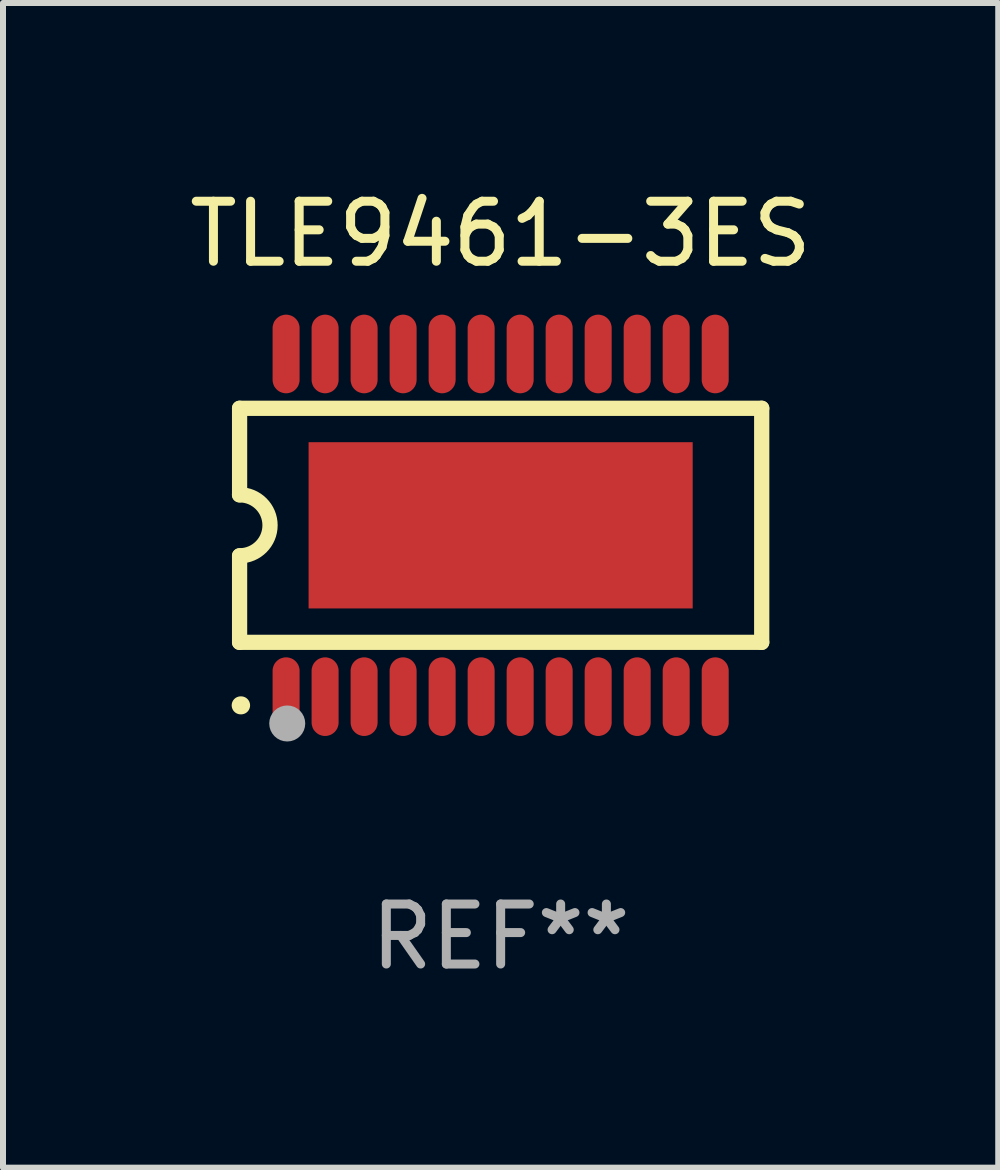
<source format=kicad_pcb>
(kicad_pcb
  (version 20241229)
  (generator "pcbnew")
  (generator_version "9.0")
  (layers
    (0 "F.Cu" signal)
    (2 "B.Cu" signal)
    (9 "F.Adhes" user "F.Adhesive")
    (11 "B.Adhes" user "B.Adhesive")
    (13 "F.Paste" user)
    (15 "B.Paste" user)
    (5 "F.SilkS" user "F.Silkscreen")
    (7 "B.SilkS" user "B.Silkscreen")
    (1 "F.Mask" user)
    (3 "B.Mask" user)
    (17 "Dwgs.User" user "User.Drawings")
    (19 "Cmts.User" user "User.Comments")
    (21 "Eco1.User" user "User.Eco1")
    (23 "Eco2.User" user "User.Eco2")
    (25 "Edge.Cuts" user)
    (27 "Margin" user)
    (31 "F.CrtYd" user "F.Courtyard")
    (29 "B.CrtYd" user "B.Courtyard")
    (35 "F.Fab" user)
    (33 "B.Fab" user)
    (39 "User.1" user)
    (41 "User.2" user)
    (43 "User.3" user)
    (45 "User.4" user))
  (footprint "TLE9461-3ES"
    (layer "F.Cu")
    (at 5.292 5.703)
    (property "Reference" "TLE9461-3ES" (at 0 -4.855 0) (layer "F.SilkS") (effects (font (size 1 1) (thickness 0.15))))
    (attr through_hole)
    (fp_line (start -4.35 -1.95) (end -4.35 -0.508) (stroke (width 0.254) (type solid)) (layer "F.SilkS"))
    (fp_line (start -4.35 -1.95) (end 4.35 -1.95) (stroke (width 0.254) (type solid)) (layer "F.SilkS"))
    (fp_line (start -4.35 1.95) (end -4.35 0.508) (stroke (width 0.254) (type solid)) (layer "F.SilkS"))
    (fp_line (start -4.35 1.95) (end 4.35 1.95) (stroke (width 0.254) (type solid)) (layer "F.SilkS"))
    (fp_line (start 4.35 -1.95) (end 4.35 1.95) (stroke (width 0.254) (type solid)) (layer "F.SilkS"))
    (fp_arc (start -4.351028 -0.508) (mid -3.843028 -0.000507) (end -4.350013 0.508001) (stroke (width 0.254001) (type solid)) (layer "F.SilkS"))
    (fp_arc (start -4.331656 2.999858) (mid -4.328332 2.999895) (end -4.325009 3.000005) (stroke (width 0.3) (type solid)) (layer "F.SilkS"))
    (fp_circle (center -4.325 3) (end -4.295 3) (stroke (width 0.06) (type solid)) (fill no) (layer "F.SilkS"))
    (fp_circle (center -3.556 3.302) (end -3.406 3.302) (stroke (width 0.3) (type solid)) (fill no) (layer "F.Fab"))
    (fp_text user "REF**" (at 0 6.855 0) (layer "F.Fab") (effects (font (size 1 1) (thickness 0.15))))
    (pad "1" smd custom (at -3.575 2.855 180) (size 0.45 1.31) (layers "F.Cu" "F.Mask" "F.Paste") (options (anchor circle)) (primitives (gr_poly (pts (xy -0.225 -0.43) (xy -0.224 -0.455) (xy -0.219 -0.48) (xy -0.212 -0.504) (xy -0.203 -0.528) (xy -0.19 -0.55) (xy -0.176 -0.57) (xy -0.159 -0.589) (xy -0.14 -0.606) (xy -0.12 -0.62) (xy -0.098 -0.633) (xy -0.074 -0.642) (xy -0.05 -0.649) (xy -0.025 -0.654) (xy 0.000051 -0.655) (xy 0.025 -0.654) (xy 0.05 -0.649) (xy 0.074 -0.642) (xy 0.098 -0.633) (xy 0.12 -0.62) (xy 0.14 -0.606) (xy 0.159 -0.589) (xy 0.176 -0.57) (xy 0.191 -0.55) (xy 0.203 -0.528) (xy 0.212 -0.504) (xy 0.219 -0.48) (xy 0.224 -0.455) (xy 0.225 -0.43) (xy 0.225 0.43) (xy 0.224 0.455) (xy 0.219 0.48) (xy 0.212 0.504) (xy 0.203 0.528) (xy 0.191 0.55) (xy 0.176 0.57) (xy 0.159 0.589) (xy 0.14 0.606) (xy 0.12 0.621) (xy 0.098 0.633) (xy 0.074 0.642) (xy 0.05 0.649) (xy 0.025 0.654) (xy 0.000051 0.655) (xy -0.025 0.654) (xy -0.05 0.649) (xy -0.074 0.642) (xy -0.098 0.633) (xy -0.12 0.621) (xy -0.14 0.606) (xy -0.159 0.589) (xy -0.176 0.57) (xy -0.19 0.55) (xy -0.203 0.528) (xy -0.212 0.504) (xy -0.219 0.48) (xy -0.224 0.455) (xy -0.225 0.43)) (width 0) (fill yes))))
    (pad "2" smd custom (at -2.925 2.855 180) (size 0.45 1.31) (layers "F.Cu" "F.Mask" "F.Paste") (options (anchor circle)) (primitives (gr_poly (pts (xy -0.225 -0.43) (xy -0.224 -0.455) (xy -0.219 -0.48) (xy -0.212 -0.504) (xy -0.203 -0.528) (xy -0.19 -0.55) (xy -0.176 -0.57) (xy -0.159 -0.589) (xy -0.14 -0.606) (xy -0.12 -0.62) (xy -0.098 -0.633) (xy -0.074 -0.642) (xy -0.05 -0.649) (xy -0.025 -0.654) (xy 0.000076 -0.655) (xy 0.025 -0.654) (xy 0.05 -0.649) (xy 0.074 -0.642) (xy 0.098 -0.633) (xy 0.12 -0.62) (xy 0.14 -0.606) (xy 0.159 -0.589) (xy 0.176 -0.57) (xy 0.191 -0.55) (xy 0.203 -0.528) (xy 0.212 -0.504) (xy 0.219 -0.48) (xy 0.224 -0.455) (xy 0.225 -0.43) (xy 0.225 0.43) (xy 0.224 0.455) (xy 0.219 0.48) (xy 0.212 0.504) (xy 0.203 0.528) (xy 0.191 0.55) (xy 0.176 0.57) (xy 0.159 0.589) (xy 0.14 0.606) (xy 0.12 0.621) (xy 0.098 0.633) (xy 0.074 0.642) (xy 0.05 0.649) (xy 0.025 0.654) (xy 0.000076 0.655) (xy -0.025 0.654) (xy -0.05 0.649) (xy -0.074 0.642) (xy -0.098 0.633) (xy -0.12 0.621) (xy -0.14 0.606) (xy -0.159 0.589) (xy -0.176 0.57) (xy -0.19 0.55) (xy -0.203 0.528) (xy -0.212 0.504) (xy -0.219 0.48) (xy -0.224 0.455) (xy -0.225 0.43)) (width 0) (fill yes))))
    (pad "3" smd custom (at -2.275 2.855 180) (size 0.45 1.31) (layers "F.Cu" "F.Mask" "F.Paste") (options (anchor circle)) (primitives (gr_poly (pts (xy -0.225 -0.43) (xy -0.223 -0.455) (xy -0.219 -0.48) (xy -0.212 -0.504) (xy -0.203 -0.528) (xy -0.19 -0.55) (xy -0.176 -0.57) (xy -0.159 -0.589) (xy -0.14 -0.606) (xy -0.12 -0.62) (xy -0.098 -0.633) (xy -0.074 -0.642) (xy -0.05 -0.649) (xy -0.025 -0.654) (xy 0.000076 -0.655) (xy 0.025 -0.654) (xy 0.05 -0.649) (xy 0.074 -0.642) (xy 0.098 -0.633) (xy 0.12 -0.62) (xy 0.14 -0.606) (xy 0.159 -0.589) (xy 0.176 -0.57) (xy 0.191 -0.55) (xy 0.203 -0.528) (xy 0.212 -0.504) (xy 0.219 -0.48) (xy 0.224 -0.455) (xy 0.225 -0.43) (xy 0.225 0.43) (xy 0.224 0.455) (xy 0.219 0.48) (xy 0.212 0.504) (xy 0.203 0.528) (xy 0.191 0.55) (xy 0.176 0.57) (xy 0.159 0.589) (xy 0.14 0.606) (xy 0.12 0.621) (xy 0.098 0.633) (xy 0.074 0.642) (xy 0.05 0.649) (xy 0.025 0.654) (xy 0.000076 0.655) (xy -0.025 0.654) (xy -0.05 0.649) (xy -0.074 0.642) (xy -0.098 0.633) (xy -0.12 0.621) (xy -0.14 0.606) (xy -0.159 0.589) (xy -0.176 0.57) (xy -0.19 0.55) (xy -0.203 0.528) (xy -0.212 0.504) (xy -0.219 0.48) (xy -0.223 0.455) (xy -0.225 0.43)) (width 0) (fill yes))))
    (pad "4" smd custom (at -1.625 2.855 180) (size 0.45 1.31) (layers "F.Cu" "F.Mask" "F.Paste") (options (anchor circle)) (primitives (gr_poly (pts (xy -0.225 -0.43) (xy -0.223 -0.455) (xy -0.219 -0.48) (xy -0.212 -0.504) (xy -0.203 -0.528) (xy -0.19 -0.55) (xy -0.176 -0.57) (xy -0.159 -0.589) (xy -0.14 -0.606) (xy -0.12 -0.62) (xy -0.098 -0.633) (xy -0.074 -0.642) (xy -0.05 -0.649) (xy -0.025 -0.654) (xy 0.000102 -0.655) (xy 0.025 -0.654) (xy 0.05 -0.649) (xy 0.074 -0.642) (xy 0.098 -0.633) (xy 0.12 -0.62) (xy 0.14 -0.606) (xy 0.159 -0.589) (xy 0.176 -0.57) (xy 0.191 -0.55) (xy 0.203 -0.528) (xy 0.212 -0.504) (xy 0.219 -0.48) (xy 0.224 -0.455) (xy 0.225 -0.43) (xy 0.225 0.43) (xy 0.224 0.455) (xy 0.219 0.48) (xy 0.212 0.504) (xy 0.203 0.528) (xy 0.191 0.55) (xy 0.176 0.57) (xy 0.159 0.589) (xy 0.14 0.606) (xy 0.12 0.621) (xy 0.098 0.633) (xy 0.074 0.642) (xy 0.05 0.649) (xy 0.025 0.654) (xy 0.000102 0.655) (xy -0.025 0.654) (xy -0.05 0.649) (xy -0.074 0.642) (xy -0.098 0.633) (xy -0.12 0.621) (xy -0.14 0.606) (xy -0.159 0.589) (xy -0.176 0.57) (xy -0.19 0.55) (xy -0.203 0.528) (xy -0.212 0.504) (xy -0.219 0.48) (xy -0.223 0.455) (xy -0.225 0.43)) (width 0) (fill yes))))
    (pad "5" smd custom (at -0.975 2.855 180) (size 0.45 1.31) (layers "F.Cu" "F.Mask" "F.Paste") (options (anchor circle)) (primitives (gr_poly (pts (xy -0.225 -0.43) (xy -0.223 -0.455) (xy -0.219 -0.48) (xy -0.212 -0.504) (xy -0.203 -0.528) (xy -0.19 -0.55) (xy -0.176 -0.57) (xy -0.159 -0.589) (xy -0.14 -0.606) (xy -0.12 -0.62) (xy -0.098 -0.633) (xy -0.074 -0.642) (xy -0.05 -0.649) (xy -0.025 -0.654) (xy 0.000102 -0.655) (xy 0.025 -0.654) (xy 0.05 -0.649) (xy 0.074 -0.642) (xy 0.098 -0.633) (xy 0.12 -0.62) (xy 0.14 -0.606) (xy 0.159 -0.589) (xy 0.176 -0.57) (xy 0.191 -0.55) (xy 0.203 -0.528) (xy 0.212 -0.504) (xy 0.219 -0.48) (xy 0.224 -0.455) (xy 0.225 -0.43) (xy 0.225 0.43) (xy 0.224 0.455) (xy 0.219 0.48) (xy 0.212 0.504) (xy 0.203 0.528) (xy 0.191 0.55) (xy 0.176 0.57) (xy 0.159 0.589) (xy 0.14 0.606) (xy 0.12 0.621) (xy 0.098 0.633) (xy 0.074 0.642) (xy 0.05 0.649) (xy 0.025 0.654) (xy 0.000102 0.655) (xy -0.025 0.654) (xy -0.05 0.649) (xy -0.074 0.642) (xy -0.098 0.633) (xy -0.12 0.621) (xy -0.14 0.606) (xy -0.159 0.589) (xy -0.176 0.57) (xy -0.19 0.55) (xy -0.203 0.528) (xy -0.212 0.504) (xy -0.219 0.48) (xy -0.223 0.455) (xy -0.225 0.43)) (width 0) (fill yes))))
    (pad "6" smd custom (at -0.325 2.855 180) (size 0.45 1.31) (layers "F.Cu" "F.Mask" "F.Paste") (options (anchor circle)) (primitives (gr_poly (pts (xy -0.225 -0.43) (xy -0.223 -0.455) (xy -0.219 -0.48) (xy -0.212 -0.504) (xy -0.203 -0.528) (xy -0.19 -0.55) (xy -0.176 -0.57) (xy -0.159 -0.589) (xy -0.14 -0.606) (xy -0.12 -0.62) (xy -0.098 -0.633) (xy -0.074 -0.642) (xy -0.05 -0.649) (xy -0.025 -0.654) (xy 0.000127 -0.655) (xy 0.025 -0.654) (xy 0.05 -0.649) (xy 0.074 -0.642) (xy 0.098 -0.633) (xy 0.12 -0.62) (xy 0.14 -0.606) (xy 0.159 -0.589) (xy 0.176 -0.57) (xy 0.191 -0.55) (xy 0.203 -0.528) (xy 0.212 -0.504) (xy 0.219 -0.48) (xy 0.224 -0.455) (xy 0.225 -0.43) (xy 0.225 0.43) (xy 0.224 0.455) (xy 0.219 0.48) (xy 0.212 0.504) (xy 0.203 0.528) (xy 0.191 0.55) (xy 0.176 0.57) (xy 0.159 0.589) (xy 0.14 0.606) (xy 0.12 0.621) (xy 0.098 0.633) (xy 0.074 0.642) (xy 0.05 0.649) (xy 0.025 0.654) (xy 0.000127 0.655) (xy -0.025 0.654) (xy -0.05 0.649) (xy -0.074 0.642) (xy -0.098 0.633) (xy -0.12 0.621) (xy -0.14 0.606) (xy -0.159 0.589) (xy -0.176 0.57) (xy -0.19 0.55) (xy -0.203 0.528) (xy -0.212 0.504) (xy -0.219 0.48) (xy -0.223 0.455) (xy -0.225 0.43)) (width 0) (fill yes))))
    (pad "7" smd custom (at 0.325 2.855 180) (size 0.45 1.31) (layers "F.Cu" "F.Mask" "F.Paste") (options (anchor circle)) (primitives (gr_poly (pts (xy -0.225 -0.43) (xy -0.224 -0.455) (xy -0.219 -0.48) (xy -0.212 -0.504) (xy -0.203 -0.528) (xy -0.191 -0.55) (xy -0.176 -0.57) (xy -0.159 -0.589) (xy -0.14 -0.606) (xy -0.12 -0.62) (xy -0.098 -0.633) (xy -0.074 -0.642) (xy -0.05 -0.649) (xy -0.025 -0.654) (xy -0.000127 -0.655) (xy 0.025 -0.654) (xy 0.05 -0.649) (xy 0.074 -0.642) (xy 0.098 -0.633) (xy 0.12 -0.62) (xy 0.14 -0.606) (xy 0.159 -0.589) (xy 0.176 -0.57) (xy 0.19 -0.55) (xy 0.203 -0.528) (xy 0.212 -0.504) (xy 0.219 -0.48) (xy 0.223 -0.455) (xy 0.225 -0.43) (xy 0.225 0.43) (xy 0.223 0.455) (xy 0.219 0.48) (xy 0.212 0.504) (xy 0.203 0.528) (xy 0.19 0.55) (xy 0.176 0.57) (xy 0.159 0.589) (xy 0.14 0.606) (xy 0.12 0.621) (xy 0.098 0.633) (xy 0.074 0.642) (xy 0.05 0.649) (xy 0.025 0.654) (xy -0.000127 0.655) (xy -0.025 0.654) (xy -0.05 0.649) (xy -0.074 0.642) (xy -0.098 0.633) (xy -0.12 0.621) (xy -0.14 0.606) (xy -0.159 0.589) (xy -0.176 0.57) (xy -0.191 0.55) (xy -0.203 0.528) (xy -0.212 0.504) (xy -0.219 0.48) (xy -0.224 0.455) (xy -0.225 0.43)) (width 0) (fill yes))))
    (pad "8" smd custom (at 0.975 2.855 180) (size 0.45 1.31) (layers "F.Cu" "F.Mask" "F.Paste") (options (anchor circle)) (primitives (gr_poly (pts (xy -0.225 -0.43) (xy -0.224 -0.455) (xy -0.219 -0.48) (xy -0.212 -0.504) (xy -0.203 -0.528) (xy -0.191 -0.55) (xy -0.176 -0.57) (xy -0.159 -0.589) (xy -0.14 -0.606) (xy -0.12 -0.62) (xy -0.098 -0.633) (xy -0.074 -0.642) (xy -0.05 -0.649) (xy -0.025 -0.654) (xy -0.000102 -0.655) (xy 0.025 -0.654) (xy 0.05 -0.649) (xy 0.074 -0.642) (xy 0.098 -0.633) (xy 0.12 -0.62) (xy 0.14 -0.606) (xy 0.159 -0.589) (xy 0.176 -0.57) (xy 0.19 -0.55) (xy 0.203 -0.528) (xy 0.212 -0.504) (xy 0.219 -0.48) (xy 0.223 -0.455) (xy 0.225 -0.43) (xy 0.225 0.43) (xy 0.223 0.455) (xy 0.219 0.48) (xy 0.212 0.504) (xy 0.203 0.528) (xy 0.19 0.55) (xy 0.176 0.57) (xy 0.159 0.589) (xy 0.14 0.606) (xy 0.12 0.621) (xy 0.098 0.633) (xy 0.074 0.642) (xy 0.05 0.649) (xy 0.025 0.654) (xy -0.000102 0.655) (xy -0.025 0.654) (xy -0.05 0.649) (xy -0.074 0.642) (xy -0.098 0.633) (xy -0.12 0.621) (xy -0.14 0.606) (xy -0.159 0.589) (xy -0.176 0.57) (xy -0.191 0.55) (xy -0.203 0.528) (xy -0.212 0.504) (xy -0.219 0.48) (xy -0.224 0.455) (xy -0.225 0.43)) (width 0) (fill yes))))
    (pad "9" smd custom (at 1.625 2.855 180) (size 0.45 1.31) (layers "F.Cu" "F.Mask" "F.Paste") (options (anchor circle)) (primitives (gr_poly (pts (xy -0.225 -0.43) (xy -0.224 -0.455) (xy -0.219 -0.48) (xy -0.212 -0.504) (xy -0.203 -0.528) (xy -0.191 -0.55) (xy -0.176 -0.57) (xy -0.159 -0.589) (xy -0.14 -0.606) (xy -0.12 -0.62) (xy -0.098 -0.633) (xy -0.074 -0.642) (xy -0.05 -0.649) (xy -0.025 -0.654) (xy -0.000102 -0.655) (xy 0.025 -0.654) (xy 0.05 -0.649) (xy 0.074 -0.642) (xy 0.098 -0.633) (xy 0.12 -0.62) (xy 0.14 -0.606) (xy 0.159 -0.589) (xy 0.176 -0.57) (xy 0.19 -0.55) (xy 0.203 -0.528) (xy 0.212 -0.504) (xy 0.219 -0.48) (xy 0.223 -0.455) (xy 0.225 -0.43) (xy 0.225 0.43) (xy 0.223 0.455) (xy 0.219 0.48) (xy 0.212 0.504) (xy 0.203 0.528) (xy 0.19 0.55) (xy 0.176 0.57) (xy 0.159 0.589) (xy 0.14 0.606) (xy 0.12 0.621) (xy 0.098 0.633) (xy 0.074 0.642) (xy 0.05 0.649) (xy 0.025 0.654) (xy -0.000102 0.655) (xy -0.025 0.654) (xy -0.05 0.649) (xy -0.074 0.642) (xy -0.098 0.633) (xy -0.12 0.621) (xy -0.14 0.606) (xy -0.159 0.589) (xy -0.176 0.57) (xy -0.191 0.55) (xy -0.203 0.528) (xy -0.212 0.504) (xy -0.219 0.48) (xy -0.224 0.455) (xy -0.225 0.43)) (width 0) (fill yes))))
    (pad "10" smd custom (at 2.275 2.855 180) (size 0.45 1.31) (layers "F.Cu" "F.Mask" "F.Paste") (options (anchor circle)) (primitives (gr_poly (pts (xy -0.225 -0.43) (xy -0.224 -0.455) (xy -0.219 -0.48) (xy -0.212 -0.504) (xy -0.203 -0.528) (xy -0.191 -0.55) (xy -0.176 -0.57) (xy -0.159 -0.589) (xy -0.14 -0.606) (xy -0.12 -0.62) (xy -0.098 -0.633) (xy -0.074 -0.642) (xy -0.05 -0.649) (xy -0.025 -0.654) (xy -0.000076 -0.655) (xy 0.025 -0.654) (xy 0.05 -0.649) (xy 0.074 -0.642) (xy 0.098 -0.633) (xy 0.12 -0.62) (xy 0.14 -0.606) (xy 0.159 -0.589) (xy 0.176 -0.57) (xy 0.19 -0.55) (xy 0.203 -0.528) (xy 0.212 -0.504) (xy 0.219 -0.48) (xy 0.224 -0.455) (xy 0.225 -0.43) (xy 0.225 0.43) (xy 0.224 0.455) (xy 0.219 0.48) (xy 0.212 0.504) (xy 0.203 0.528) (xy 0.19 0.55) (xy 0.176 0.57) (xy 0.159 0.589) (xy 0.14 0.606) (xy 0.12 0.621) (xy 0.098 0.633) (xy 0.074 0.642) (xy 0.05 0.649) (xy 0.025 0.654) (xy -0.000076 0.655) (xy -0.025 0.654) (xy -0.05 0.649) (xy -0.074 0.642) (xy -0.098 0.633) (xy -0.12 0.621) (xy -0.14 0.606) (xy -0.159 0.589) (xy -0.176 0.57) (xy -0.191 0.55) (xy -0.203 0.528) (xy -0.212 0.504) (xy -0.219 0.48) (xy -0.224 0.455) (xy -0.225 0.43)) (width 0) (fill yes))))
    (pad "11" smd custom (at 2.925 2.855 180) (size 0.45 1.31) (layers "F.Cu" "F.Mask" "F.Paste") (options (anchor circle)) (primitives (gr_poly (pts (xy -0.225 -0.43) (xy -0.224 -0.455) (xy -0.219 -0.48) (xy -0.212 -0.504) (xy -0.203 -0.528) (xy -0.191 -0.55) (xy -0.176 -0.57) (xy -0.159 -0.589) (xy -0.14 -0.606) (xy -0.12 -0.62) (xy -0.098 -0.633) (xy -0.074 -0.642) (xy -0.05 -0.649) (xy -0.025 -0.654) (xy -0.000051 -0.655) (xy 0.025 -0.654) (xy 0.05 -0.649) (xy 0.074 -0.642) (xy 0.098 -0.633) (xy 0.12 -0.62) (xy 0.14 -0.606) (xy 0.159 -0.589) (xy 0.176 -0.57) (xy 0.19 -0.55) (xy 0.203 -0.528) (xy 0.212 -0.504) (xy 0.219 -0.48) (xy 0.224 -0.455) (xy 0.225 -0.43) (xy 0.225 0.43) (xy 0.224 0.455) (xy 0.219 0.48) (xy 0.212 0.504) (xy 0.203 0.528) (xy 0.19 0.55) (xy 0.176 0.57) (xy 0.159 0.589) (xy 0.14 0.606) (xy 0.12 0.621) (xy 0.098 0.633) (xy 0.074 0.642) (xy 0.05 0.649) (xy 0.025 0.654) (xy -0.000051 0.655) (xy -0.025 0.654) (xy -0.05 0.649) (xy -0.074 0.642) (xy -0.098 0.633) (xy -0.12 0.621) (xy -0.14 0.606) (xy -0.159 0.589) (xy -0.176 0.57) (xy -0.191 0.55) (xy -0.203 0.528) (xy -0.212 0.504) (xy -0.219 0.48) (xy -0.224 0.455) (xy -0.225 0.43)) (width 0) (fill yes))))
    (pad "12" smd custom (at 3.575 2.855 180) (size 0.45 1.31) (layers "F.Cu" "F.Mask" "F.Paste") (options (anchor circle)) (primitives (gr_poly (pts (xy -0.225 -0.43) (xy -0.224 -0.455) (xy -0.219 -0.48) (xy -0.212 -0.504) (xy -0.203 -0.528) (xy -0.191 -0.55) (xy -0.176 -0.57) (xy -0.159 -0.589) (xy -0.14 -0.606) (xy -0.12 -0.62) (xy -0.098 -0.633) (xy -0.074 -0.642) (xy -0.05 -0.649) (xy -0.025 -0.654) (xy -0.000051 -0.655) (xy 0.025 -0.654) (xy 0.05 -0.649) (xy 0.074 -0.642) (xy 0.098 -0.633) (xy 0.12 -0.62) (xy 0.14 -0.606) (xy 0.159 -0.589) (xy 0.176 -0.57) (xy 0.19 -0.55) (xy 0.203 -0.528) (xy 0.212 -0.504) (xy 0.219 -0.48) (xy 0.224 -0.455) (xy 0.225 -0.43) (xy 0.225 0.43) (xy 0.224 0.455) (xy 0.219 0.48) (xy 0.212 0.504) (xy 0.203 0.528) (xy 0.19 0.55) (xy 0.176 0.57) (xy 0.159 0.589) (xy 0.14 0.606) (xy 0.12 0.621) (xy 0.098 0.633) (xy 0.074 0.642) (xy 0.05 0.649) (xy 0.025 0.654) (xy -0.000051 0.655) (xy -0.025 0.654) (xy -0.05 0.649) (xy -0.074 0.642) (xy -0.098 0.633) (xy -0.12 0.621) (xy -0.14 0.606) (xy -0.159 0.589) (xy -0.176 0.57) (xy -0.191 0.55) (xy -0.203 0.528) (xy -0.212 0.504) (xy -0.219 0.48) (xy -0.224 0.455) (xy -0.225 0.43)) (width 0) (fill yes))))
    (pad "13" smd custom (at 3.575 -2.855 180) (size 0.45 1.31) (layers "F.Cu" "F.Mask" "F.Paste") (options (anchor circle)) (primitives (gr_poly (pts (xy -0.225 -0.43) (xy -0.224 -0.455) (xy -0.219 -0.48) (xy -0.212 -0.504) (xy -0.203 -0.528) (xy -0.191 -0.55) (xy -0.176 -0.57) (xy -0.159 -0.589) (xy -0.14 -0.606) (xy -0.12 -0.621) (xy -0.098 -0.633) (xy -0.074 -0.642) (xy -0.05 -0.649) (xy -0.025 -0.654) (xy -0.000051 -0.655) (xy 0.025 -0.654) (xy 0.05 -0.649) (xy 0.074 -0.642) (xy 0.098 -0.633) (xy 0.12 -0.621) (xy 0.14 -0.606) (xy 0.159 -0.589) (xy 0.176 -0.57) (xy 0.19 -0.55) (xy 0.203 -0.528) (xy 0.212 -0.504) (xy 0.219 -0.48) (xy 0.224 -0.455) (xy 0.225 -0.43) (xy 0.225 0.43) (xy 0.224 0.455) (xy 0.219 0.48) (xy 0.212 0.504) (xy 0.203 0.528) (xy 0.19 0.55) (xy 0.176 0.57) (xy 0.159 0.589) (xy 0.14 0.606) (xy 0.12 0.62) (xy 0.098 0.633) (xy 0.074 0.642) (xy 0.05 0.649) (xy 0.025 0.654) (xy -0.000051 0.655) (xy -0.025 0.654) (xy -0.05 0.649) (xy -0.074 0.642) (xy -0.098 0.633) (xy -0.12 0.62) (xy -0.14 0.606) (xy -0.159 0.589) (xy -0.176 0.57) (xy -0.191 0.55) (xy -0.203 0.528) (xy -0.212 0.504) (xy -0.219 0.48) (xy -0.224 0.455) (xy -0.225 0.43)) (width 0) (fill yes))))
    (pad "14" smd custom (at 2.925 -2.855 180) (size 0.45 1.31) (layers "F.Cu" "F.Mask" "F.Paste") (options (anchor circle)) (primitives (gr_poly (pts (xy -0.225 -0.43) (xy -0.224 -0.455) (xy -0.219 -0.48) (xy -0.212 -0.504) (xy -0.203 -0.528) (xy -0.191 -0.55) (xy -0.176 -0.57) (xy -0.159 -0.589) (xy -0.14 -0.606) (xy -0.12 -0.621) (xy -0.098 -0.633) (xy -0.074 -0.642) (xy -0.05 -0.649) (xy -0.025 -0.654) (xy -0.000051 -0.655) (xy 0.025 -0.654) (xy 0.05 -0.649) (xy 0.074 -0.642) (xy 0.098 -0.633) (xy 0.12 -0.621) (xy 0.14 -0.606) (xy 0.159 -0.589) (xy 0.176 -0.57) (xy 0.19 -0.55) (xy 0.203 -0.528) (xy 0.212 -0.504) (xy 0.219 -0.48) (xy 0.224 -0.455) (xy 0.225 -0.43) (xy 0.225 0.43) (xy 0.224 0.455) (xy 0.219 0.48) (xy 0.212 0.504) (xy 0.203 0.528) (xy 0.19 0.55) (xy 0.176 0.57) (xy 0.159 0.589) (xy 0.14 0.606) (xy 0.12 0.62) (xy 0.098 0.633) (xy 0.074 0.642) (xy 0.05 0.649) (xy 0.025 0.654) (xy -0.000051 0.655) (xy -0.025 0.654) (xy -0.05 0.649) (xy -0.074 0.642) (xy -0.098 0.633) (xy -0.12 0.62) (xy -0.14 0.606) (xy -0.159 0.589) (xy -0.176 0.57) (xy -0.191 0.55) (xy -0.203 0.528) (xy -0.212 0.504) (xy -0.219 0.48) (xy -0.224 0.455) (xy -0.225 0.43)) (width 0) (fill yes))))
    (pad "15" smd custom (at 2.275 -2.855 180) (size 0.45 1.31) (layers "F.Cu" "F.Mask" "F.Paste") (options (anchor circle)) (primitives (gr_poly (pts (xy -0.225 -0.43) (xy -0.224 -0.455) (xy -0.219 -0.48) (xy -0.212 -0.504) (xy -0.203 -0.528) (xy -0.191 -0.55) (xy -0.176 -0.57) (xy -0.159 -0.589) (xy -0.14 -0.606) (xy -0.12 -0.621) (xy -0.098 -0.633) (xy -0.074 -0.642) (xy -0.05 -0.649) (xy -0.025 -0.654) (xy -0.000076 -0.655) (xy 0.025 -0.654) (xy 0.05 -0.649) (xy 0.074 -0.642) (xy 0.098 -0.633) (xy 0.12 -0.621) (xy 0.14 -0.606) (xy 0.159 -0.589) (xy 0.176 -0.57) (xy 0.19 -0.55) (xy 0.203 -0.528) (xy 0.212 -0.504) (xy 0.219 -0.48) (xy 0.224 -0.455) (xy 0.225 -0.43) (xy 0.225 0.43) (xy 0.224 0.455) (xy 0.219 0.48) (xy 0.212 0.504) (xy 0.203 0.528) (xy 0.19 0.55) (xy 0.176 0.57) (xy 0.159 0.589) (xy 0.14 0.606) (xy 0.12 0.62) (xy 0.098 0.633) (xy 0.074 0.642) (xy 0.05 0.649) (xy 0.025 0.654) (xy -0.000076 0.655) (xy -0.025 0.654) (xy -0.05 0.649) (xy -0.074 0.642) (xy -0.098 0.633) (xy -0.12 0.62) (xy -0.14 0.606) (xy -0.159 0.589) (xy -0.176 0.57) (xy -0.191 0.55) (xy -0.203 0.528) (xy -0.212 0.504) (xy -0.219 0.48) (xy -0.224 0.455) (xy -0.225 0.43)) (width 0) (fill yes))))
    (pad "16" smd custom (at 1.625 -2.855 180) (size 0.45 1.31) (layers "F.Cu" "F.Mask" "F.Paste") (options (anchor circle)) (primitives (gr_poly (pts (xy -0.225 -0.43) (xy -0.224 -0.455) (xy -0.219 -0.48) (xy -0.212 -0.504) (xy -0.203 -0.528) (xy -0.191 -0.55) (xy -0.176 -0.57) (xy -0.159 -0.589) (xy -0.14 -0.606) (xy -0.12 -0.621) (xy -0.098 -0.633) (xy -0.074 -0.642) (xy -0.05 -0.649) (xy -0.025 -0.654) (xy -0.000102 -0.655) (xy 0.025 -0.654) (xy 0.05 -0.649) (xy 0.074 -0.642) (xy 0.098 -0.633) (xy 0.12 -0.621) (xy 0.14 -0.606) (xy 0.159 -0.589) (xy 0.176 -0.57) (xy 0.19 -0.55) (xy 0.203 -0.528) (xy 0.212 -0.504) (xy 0.219 -0.48) (xy 0.223 -0.455) (xy 0.225 -0.43) (xy 0.225 0.43) (xy 0.223 0.455) (xy 0.219 0.48) (xy 0.212 0.504) (xy 0.203 0.528) (xy 0.19 0.55) (xy 0.176 0.57) (xy 0.159 0.589) (xy 0.14 0.606) (xy 0.12 0.62) (xy 0.098 0.633) (xy 0.074 0.642) (xy 0.05 0.649) (xy 0.025 0.654) (xy -0.000102 0.655) (xy -0.025 0.654) (xy -0.05 0.649) (xy -0.074 0.642) (xy -0.098 0.633) (xy -0.12 0.62) (xy -0.14 0.606) (xy -0.159 0.589) (xy -0.176 0.57) (xy -0.191 0.55) (xy -0.203 0.528) (xy -0.212 0.504) (xy -0.219 0.48) (xy -0.224 0.455) (xy -0.225 0.43)) (width 0) (fill yes))))
    (pad "17" smd custom (at 0.975 -2.855 180) (size 0.45 1.31) (layers "F.Cu" "F.Mask" "F.Paste") (options (anchor circle)) (primitives (gr_poly (pts (xy -0.225 -0.43) (xy -0.224 -0.455) (xy -0.219 -0.48) (xy -0.212 -0.504) (xy -0.203 -0.528) (xy -0.191 -0.55) (xy -0.176 -0.57) (xy -0.159 -0.589) (xy -0.14 -0.606) (xy -0.12 -0.621) (xy -0.098 -0.633) (xy -0.074 -0.642) (xy -0.05 -0.649) (xy -0.025 -0.654) (xy -0.000102 -0.655) (xy 0.025 -0.654) (xy 0.05 -0.649) (xy 0.074 -0.642) (xy 0.098 -0.633) (xy 0.12 -0.621) (xy 0.14 -0.606) (xy 0.159 -0.589) (xy 0.176 -0.57) (xy 0.19 -0.55) (xy 0.203 -0.528) (xy 0.212 -0.504) (xy 0.219 -0.48) (xy 0.223 -0.455) (xy 0.225 -0.43) (xy 0.225 0.43) (xy 0.223 0.455) (xy 0.219 0.48) (xy 0.212 0.504) (xy 0.203 0.528) (xy 0.19 0.55) (xy 0.176 0.57) (xy 0.159 0.589) (xy 0.14 0.606) (xy 0.12 0.62) (xy 0.098 0.633) (xy 0.074 0.642) (xy 0.05 0.649) (xy 0.025 0.654) (xy -0.000102 0.655) (xy -0.025 0.654) (xy -0.05 0.649) (xy -0.074 0.642) (xy -0.098 0.633) (xy -0.12 0.62) (xy -0.14 0.606) (xy -0.159 0.589) (xy -0.176 0.57) (xy -0.191 0.55) (xy -0.203 0.528) (xy -0.212 0.504) (xy -0.219 0.48) (xy -0.224 0.455) (xy -0.225 0.43)) (width 0) (fill yes))))
    (pad "18" smd custom (at 0.325 -2.855 180) (size 0.45 1.31) (layers "F.Cu" "F.Mask" "F.Paste") (options (anchor circle)) (primitives (gr_poly (pts (xy -0.225 -0.43) (xy -0.224 -0.455) (xy -0.219 -0.48) (xy -0.212 -0.504) (xy -0.203 -0.528) (xy -0.191 -0.55) (xy -0.176 -0.57) (xy -0.159 -0.589) (xy -0.14 -0.606) (xy -0.12 -0.621) (xy -0.098 -0.633) (xy -0.074 -0.642) (xy -0.05 -0.649) (xy -0.025 -0.654) (xy -0.000127 -0.655) (xy 0.025 -0.654) (xy 0.05 -0.649) (xy 0.074 -0.642) (xy 0.098 -0.633) (xy 0.12 -0.621) (xy 0.14 -0.606) (xy 0.159 -0.589) (xy 0.176 -0.57) (xy 0.19 -0.55) (xy 0.203 -0.528) (xy 0.212 -0.504) (xy 0.219 -0.48) (xy 0.223 -0.455) (xy 0.225 -0.43) (xy 0.225 0.43) (xy 0.223 0.455) (xy 0.219 0.48) (xy 0.212 0.504) (xy 0.203 0.528) (xy 0.19 0.55) (xy 0.176 0.57) (xy 0.159 0.589) (xy 0.14 0.606) (xy 0.12 0.62) (xy 0.098 0.633) (xy 0.074 0.642) (xy 0.05 0.649) (xy 0.025 0.654) (xy -0.000127 0.655) (xy -0.025 0.654) (xy -0.05 0.649) (xy -0.074 0.642) (xy -0.098 0.633) (xy -0.12 0.62) (xy -0.14 0.606) (xy -0.159 0.589) (xy -0.176 0.57) (xy -0.191 0.55) (xy -0.203 0.528) (xy -0.212 0.504) (xy -0.219 0.48) (xy -0.224 0.455) (xy -0.225 0.43)) (width 0) (fill yes))))
    (pad "19" smd custom (at -0.325 -2.855 180) (size 0.45 1.31) (layers "F.Cu" "F.Mask" "F.Paste") (options (anchor circle)) (primitives (gr_poly (pts (xy -0.225 -0.43) (xy -0.223 -0.455) (xy -0.219 -0.48) (xy -0.212 -0.504) (xy -0.203 -0.528) (xy -0.19 -0.55) (xy -0.176 -0.57) (xy -0.159 -0.589) (xy -0.14 -0.606) (xy -0.12 -0.621) (xy -0.098 -0.633) (xy -0.074 -0.642) (xy -0.05 -0.649) (xy -0.025 -0.654) (xy 0.000127 -0.655) (xy 0.025 -0.654) (xy 0.05 -0.649) (xy 0.074 -0.642) (xy 0.098 -0.633) (xy 0.12 -0.621) (xy 0.14 -0.606) (xy 0.159 -0.589) (xy 0.176 -0.57) (xy 0.191 -0.55) (xy 0.203 -0.528) (xy 0.212 -0.504) (xy 0.219 -0.48) (xy 0.224 -0.455) (xy 0.225 -0.43) (xy 0.225 0.43) (xy 0.224 0.455) (xy 0.219 0.48) (xy 0.212 0.504) (xy 0.203 0.528) (xy 0.191 0.55) (xy 0.176 0.57) (xy 0.159 0.589) (xy 0.14 0.606) (xy 0.12 0.62) (xy 0.098 0.633) (xy 0.074 0.642) (xy 0.05 0.649) (xy 0.025 0.654) (xy 0.000127 0.655) (xy -0.025 0.654) (xy -0.05 0.649) (xy -0.074 0.642) (xy -0.098 0.633) (xy -0.12 0.62) (xy -0.14 0.606) (xy -0.159 0.589) (xy -0.176 0.57) (xy -0.19 0.55) (xy -0.203 0.528) (xy -0.212 0.504) (xy -0.219 0.48) (xy -0.223 0.455) (xy -0.225 0.43)) (width 0) (fill yes))))
    (pad "20" smd custom (at -0.975 -2.855 180) (size 0.45 1.31) (layers "F.Cu" "F.Mask" "F.Paste") (options (anchor circle)) (primitives (gr_poly (pts (xy -0.225 -0.43) (xy -0.223 -0.455) (xy -0.219 -0.48) (xy -0.212 -0.504) (xy -0.203 -0.528) (xy -0.19 -0.55) (xy -0.176 -0.57) (xy -0.159 -0.589) (xy -0.14 -0.606) (xy -0.12 -0.621) (xy -0.098 -0.633) (xy -0.074 -0.642) (xy -0.05 -0.649) (xy -0.025 -0.654) (xy 0.000102 -0.655) (xy 0.025 -0.654) (xy 0.05 -0.649) (xy 0.074 -0.642) (xy 0.098 -0.633) (xy 0.12 -0.621) (xy 0.14 -0.606) (xy 0.159 -0.589) (xy 0.176 -0.57) (xy 0.191 -0.55) (xy 0.203 -0.528) (xy 0.212 -0.504) (xy 0.219 -0.48) (xy 0.224 -0.455) (xy 0.225 -0.43) (xy 0.225 0.43) (xy 0.224 0.455) (xy 0.219 0.48) (xy 0.212 0.504) (xy 0.203 0.528) (xy 0.191 0.55) (xy 0.176 0.57) (xy 0.159 0.589) (xy 0.14 0.606) (xy 0.12 0.62) (xy 0.098 0.633) (xy 0.074 0.642) (xy 0.05 0.649) (xy 0.025 0.654) (xy 0.000102 0.655) (xy -0.025 0.654) (xy -0.05 0.649) (xy -0.074 0.642) (xy -0.098 0.633) (xy -0.12 0.62) (xy -0.14 0.606) (xy -0.159 0.589) (xy -0.176 0.57) (xy -0.19 0.55) (xy -0.203 0.528) (xy -0.212 0.504) (xy -0.219 0.48) (xy -0.223 0.455) (xy -0.225 0.43)) (width 0) (fill yes))))
    (pad "21" smd custom (at -1.625 -2.855 180) (size 0.45 1.31) (layers "F.Cu" "F.Mask" "F.Paste") (options (anchor circle)) (primitives (gr_poly (pts (xy -0.225 -0.43) (xy -0.223 -0.455) (xy -0.219 -0.48) (xy -0.212 -0.504) (xy -0.203 -0.528) (xy -0.19 -0.55) (xy -0.176 -0.57) (xy -0.159 -0.589) (xy -0.14 -0.606) (xy -0.12 -0.621) (xy -0.098 -0.633) (xy -0.074 -0.642) (xy -0.05 -0.649) (xy -0.025 -0.654) (xy 0.000102 -0.655) (xy 0.025 -0.654) (xy 0.05 -0.649) (xy 0.074 -0.642) (xy 0.098 -0.633) (xy 0.12 -0.621) (xy 0.14 -0.606) (xy 0.159 -0.589) (xy 0.176 -0.57) (xy 0.191 -0.55) (xy 0.203 -0.528) (xy 0.212 -0.504) (xy 0.219 -0.48) (xy 0.224 -0.455) (xy 0.225 -0.43) (xy 0.225 0.43) (xy 0.224 0.455) (xy 0.219 0.48) (xy 0.212 0.504) (xy 0.203 0.528) (xy 0.191 0.55) (xy 0.176 0.57) (xy 0.159 0.589) (xy 0.14 0.606) (xy 0.12 0.62) (xy 0.098 0.633) (xy 0.074 0.642) (xy 0.05 0.649) (xy 0.025 0.654) (xy 0.000102 0.655) (xy -0.025 0.654) (xy -0.05 0.649) (xy -0.074 0.642) (xy -0.098 0.633) (xy -0.12 0.62) (xy -0.14 0.606) (xy -0.159 0.589) (xy -0.176 0.57) (xy -0.19 0.55) (xy -0.203 0.528) (xy -0.212 0.504) (xy -0.219 0.48) (xy -0.223 0.455) (xy -0.225 0.43)) (width 0) (fill yes))))
    (pad "22" smd custom (at -2.275 -2.855 180) (size 0.45 1.31) (layers "F.Cu" "F.Mask" "F.Paste") (options (anchor circle)) (primitives (gr_poly (pts (xy -0.225 -0.43) (xy -0.223 -0.455) (xy -0.219 -0.48) (xy -0.212 -0.504) (xy -0.203 -0.528) (xy -0.19 -0.55) (xy -0.176 -0.57) (xy -0.159 -0.589) (xy -0.14 -0.606) (xy -0.12 -0.621) (xy -0.098 -0.633) (xy -0.074 -0.642) (xy -0.05 -0.649) (xy -0.025 -0.654) (xy 0.000076 -0.655) (xy 0.025 -0.654) (xy 0.05 -0.649) (xy 0.074 -0.642) (xy 0.098 -0.633) (xy 0.12 -0.621) (xy 0.14 -0.606) (xy 0.159 -0.589) (xy 0.176 -0.57) (xy 0.191 -0.55) (xy 0.203 -0.528) (xy 0.212 -0.504) (xy 0.219 -0.48) (xy 0.224 -0.455) (xy 0.225 -0.43) (xy 0.225 0.43) (xy 0.224 0.455) (xy 0.219 0.48) (xy 0.212 0.504) (xy 0.203 0.528) (xy 0.191 0.55) (xy 0.176 0.57) (xy 0.159 0.589) (xy 0.14 0.606) (xy 0.12 0.62) (xy 0.098 0.633) (xy 0.074 0.642) (xy 0.05 0.649) (xy 0.025 0.654) (xy 0.000076 0.655) (xy -0.025 0.654) (xy -0.05 0.649) (xy -0.074 0.642) (xy -0.098 0.633) (xy -0.12 0.62) (xy -0.14 0.606) (xy -0.159 0.589) (xy -0.176 0.57) (xy -0.19 0.55) (xy -0.203 0.528) (xy -0.212 0.504) (xy -0.219 0.48) (xy -0.223 0.455) (xy -0.225 0.43)) (width 0) (fill yes))))
    (pad "23" smd custom (at -2.925 -2.855 180) (size 0.45 1.31) (layers "F.Cu" "F.Mask" "F.Paste") (options (anchor circle)) (primitives (gr_poly (pts (xy -0.225 -0.43) (xy -0.224 -0.455) (xy -0.219 -0.48) (xy -0.212 -0.504) (xy -0.203 -0.528) (xy -0.19 -0.55) (xy -0.176 -0.57) (xy -0.159 -0.589) (xy -0.14 -0.606) (xy -0.12 -0.621) (xy -0.098 -0.633) (xy -0.074 -0.642) (xy -0.05 -0.649) (xy -0.025 -0.654) (xy 0.000076 -0.655) (xy 0.025 -0.654) (xy 0.05 -0.649) (xy 0.074 -0.642) (xy 0.098 -0.633) (xy 0.12 -0.621) (xy 0.14 -0.606) (xy 0.159 -0.589) (xy 0.176 -0.57) (xy 0.191 -0.55) (xy 0.203 -0.528) (xy 0.212 -0.504) (xy 0.219 -0.48) (xy 0.224 -0.455) (xy 0.225 -0.43) (xy 0.225 0.43) (xy 0.224 0.455) (xy 0.219 0.48) (xy 0.212 0.504) (xy 0.203 0.528) (xy 0.191 0.55) (xy 0.176 0.57) (xy 0.159 0.589) (xy 0.14 0.606) (xy 0.12 0.62) (xy 0.098 0.633) (xy 0.074 0.642) (xy 0.05 0.649) (xy 0.025 0.654) (xy 0.000076 0.655) (xy -0.025 0.654) (xy -0.05 0.649) (xy -0.074 0.642) (xy -0.098 0.633) (xy -0.12 0.62) (xy -0.14 0.606) (xy -0.159 0.589) (xy -0.176 0.57) (xy -0.19 0.55) (xy -0.203 0.528) (xy -0.212 0.504) (xy -0.219 0.48) (xy -0.224 0.455) (xy -0.225 0.43)) (width 0) (fill yes))))
    (pad "24" smd custom (at -3.575 -2.855 180) (size 0.45 1.31) (layers "F.Cu" "F.Mask" "F.Paste") (options (anchor circle)) (primitives (gr_poly (pts (xy -0.225 -0.43) (xy -0.224 -0.455) (xy -0.219 -0.48) (xy -0.212 -0.504) (xy -0.203 -0.528) (xy -0.19 -0.55) (xy -0.176 -0.57) (xy -0.159 -0.589) (xy -0.14 -0.606) (xy -0.12 -0.621) (xy -0.098 -0.633) (xy -0.074 -0.642) (xy -0.05 -0.649) (xy -0.025 -0.654) (xy 0.000051 -0.655) (xy 0.025 -0.654) (xy 0.05 -0.649) (xy 0.074 -0.642) (xy 0.098 -0.633) (xy 0.12 -0.621) (xy 0.14 -0.606) (xy 0.159 -0.589) (xy 0.176 -0.57) (xy 0.191 -0.55) (xy 0.203 -0.528) (xy 0.212 -0.504) (xy 0.219 -0.48) (xy 0.224 -0.455) (xy 0.225 -0.43) (xy 0.225 0.43) (xy 0.224 0.455) (xy 0.219 0.48) (xy 0.212 0.504) (xy 0.203 0.528) (xy 0.191 0.55) (xy 0.176 0.57) (xy 0.159 0.589) (xy 0.14 0.606) (xy 0.12 0.62) (xy 0.098 0.633) (xy 0.074 0.642) (xy 0.05 0.649) (xy 0.025 0.654) (xy 0.000051 0.655) (xy -0.025 0.654) (xy -0.05 0.649) (xy -0.074 0.642) (xy -0.098 0.633) (xy -0.12 0.62) (xy -0.14 0.606) (xy -0.159 0.589) (xy -0.176 0.57) (xy -0.19 0.55) (xy -0.203 0.528) (xy -0.212 0.504) (xy -0.219 0.48) (xy -0.224 0.455) (xy -0.225 0.43)) (width 0) (fill yes))))
    (pad "25" smd rect (at 0 0) (size 6.4 2.77) (layers "F.Cu" "F.Mask" "F.Paste")))
  (gr_rect
    (start -3 -3)
    (end 13.583 16.406)
    (stroke (width 0.1) (type default))
    (fill no)
    (layer "Edge.Cuts")))
</source>
